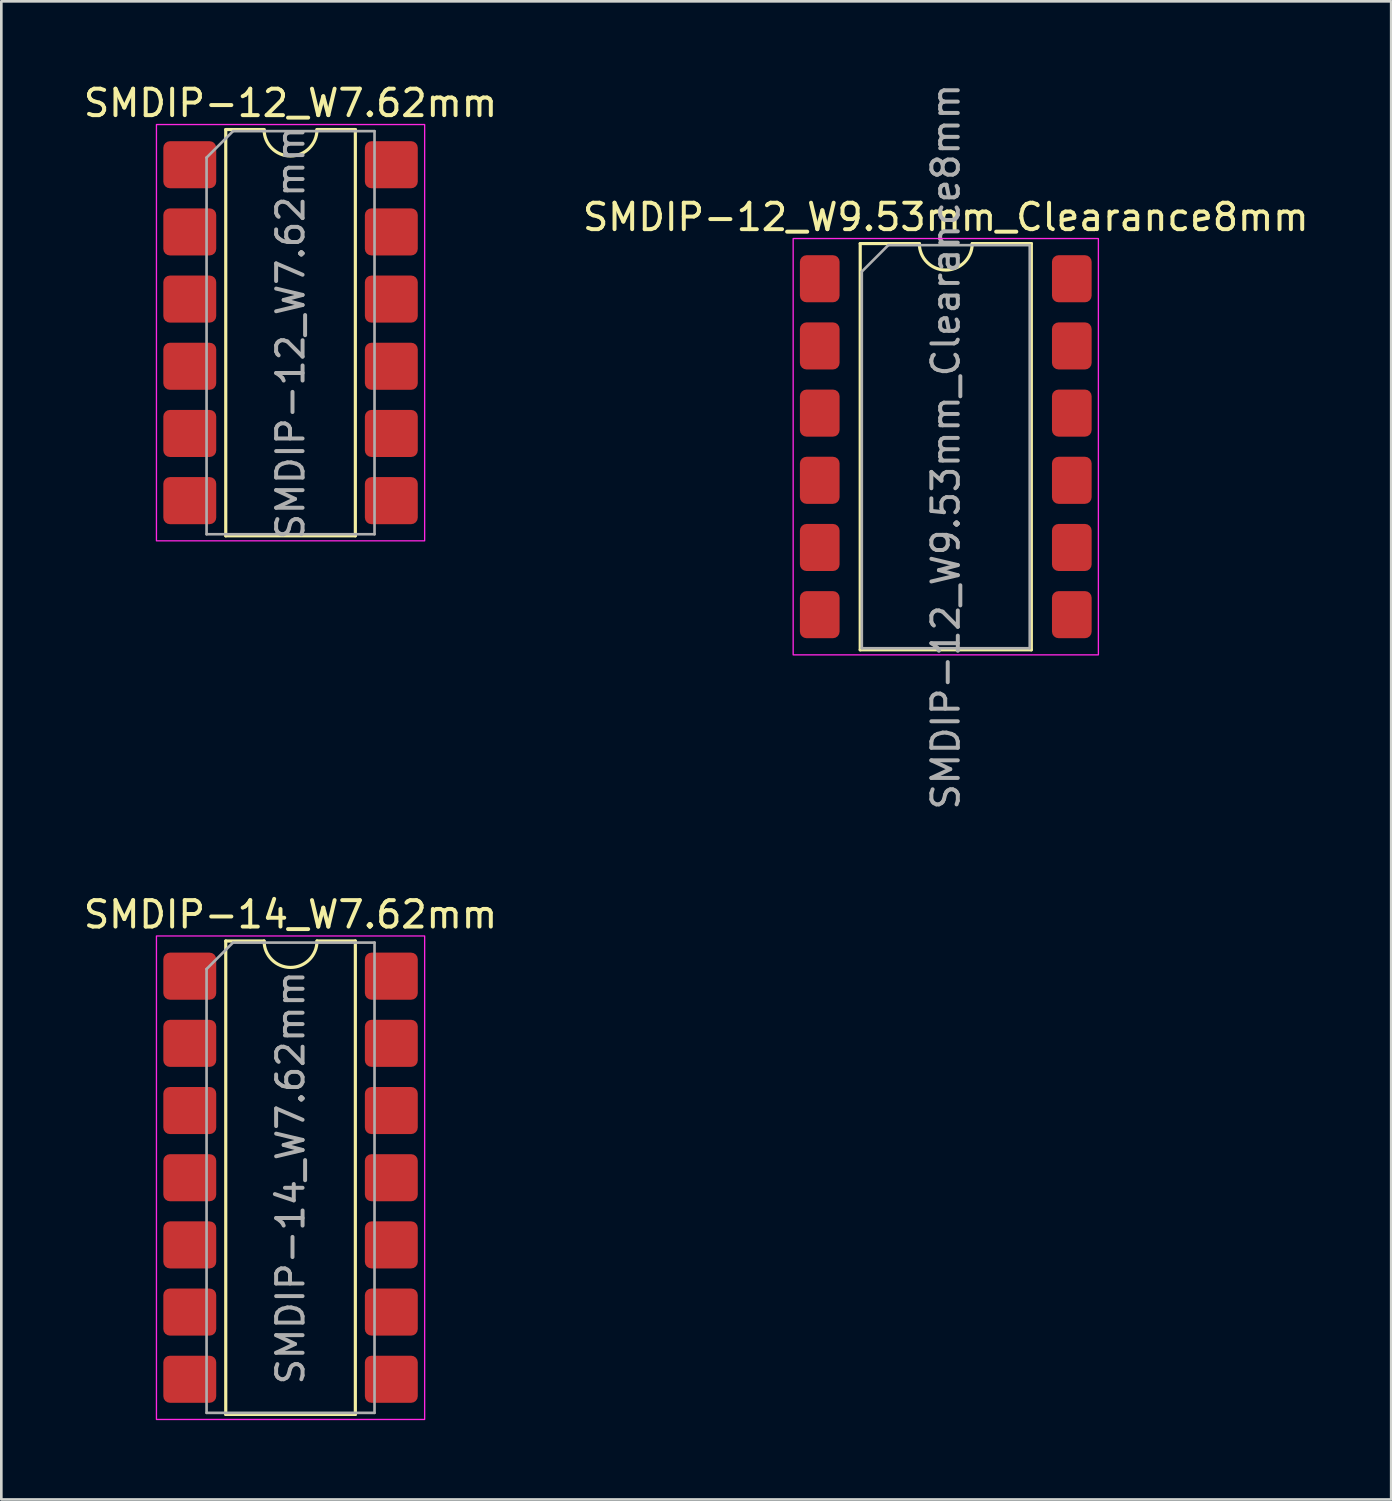
<source format=kicad_pcb>
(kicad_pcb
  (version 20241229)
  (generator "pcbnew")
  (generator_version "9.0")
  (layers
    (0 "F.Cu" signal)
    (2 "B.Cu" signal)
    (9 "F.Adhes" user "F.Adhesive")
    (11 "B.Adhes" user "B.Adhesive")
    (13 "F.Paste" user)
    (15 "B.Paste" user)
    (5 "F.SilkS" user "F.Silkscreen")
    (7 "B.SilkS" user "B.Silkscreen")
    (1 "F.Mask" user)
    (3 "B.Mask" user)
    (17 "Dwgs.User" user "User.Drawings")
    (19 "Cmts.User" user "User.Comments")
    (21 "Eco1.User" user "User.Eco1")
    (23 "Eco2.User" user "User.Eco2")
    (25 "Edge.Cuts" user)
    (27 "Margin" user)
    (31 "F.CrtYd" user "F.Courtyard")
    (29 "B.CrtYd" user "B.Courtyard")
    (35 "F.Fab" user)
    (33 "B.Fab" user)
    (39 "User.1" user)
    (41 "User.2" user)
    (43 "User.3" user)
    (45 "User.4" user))
  (footprint "SMDIP-12_W7.62mm"
    (layer "F.Cu")
    (at 7.935 9.528)
    (property "Reference" "SMDIP-12_W7.62mm" (at 0 -8.68 0) (layer "F.SilkS") (effects (font (size 1 1) (thickness 0.15))))
    (attr smd)
    (fp_line (start -2.45 -7.68) (end -2.45 7.68) (stroke (width 0.12) (type solid)) (layer "F.SilkS"))
    (fp_line (start -2.45 7.68) (end 2.45 7.68) (stroke (width 0.12) (type solid)) (layer "F.SilkS"))
    (fp_line (start -1 -7.68) (end -2.45 -7.68) (stroke (width 0.12) (type solid)) (layer "F.SilkS"))
    (fp_line (start 2.45 -7.68) (end 1 -7.68) (stroke (width 0.12) (type solid)) (layer "F.SilkS"))
    (fp_line (start 2.45 7.68) (end 2.45 -7.68) (stroke (width 0.12) (type solid)) (layer "F.SilkS"))
    (fp_arc (start 1 -7.68) (mid 0 -6.68) (end -1 -7.68) (stroke (width 0.12) (type solid)) (layer "F.SilkS"))
    (fp_rect (start -5.07 -7.87) (end 5.07 7.87) (stroke (width 0.05) (type solid)) (fill no) (layer "F.CrtYd"))
    (fp_line (start -3.175 -6.62) (end -2.175 -7.62) (stroke (width 0.1) (type solid)) (layer "F.Fab"))
    (fp_line (start -3.175 7.62) (end -3.175 -6.62) (stroke (width 0.1) (type solid)) (layer "F.Fab"))
    (fp_line (start -2.175 -7.62) (end 3.175 -7.62) (stroke (width 0.1) (type solid)) (layer "F.Fab"))
    (fp_line (start 3.175 -7.62) (end 3.175 7.62) (stroke (width 0.1) (type solid)) (layer "F.Fab"))
    (fp_line (start 3.175 7.62) (end -3.175 7.62) (stroke (width 0.1) (type solid)) (layer "F.Fab"))
    (fp_text user "${REFERENCE}" (at 0 0 90) (layer "F.Fab") (effects (font (size 1 1) (thickness 0.15))))
    (pad "1" smd roundrect (at -3.81 -6.35) (size 2 1.78) (layers "F.Cu" "F.Mask" "F.Paste") (roundrect_rratio 0.14))
    (pad "2" smd roundrect (at -3.81 -3.81) (size 2 1.78) (layers "F.Cu" "F.Mask" "F.Paste") (roundrect_rratio 0.14))
    (pad "3" smd roundrect (at -3.81 -1.27) (size 2 1.78) (layers "F.Cu" "F.Mask" "F.Paste") (roundrect_rratio 0.14))
    (pad "4" smd roundrect (at -3.81 1.27) (size 2 1.78) (layers "F.Cu" "F.Mask" "F.Paste") (roundrect_rratio 0.14))
    (pad "5" smd roundrect (at -3.81 3.81) (size 2 1.78) (layers "F.Cu" "F.Mask" "F.Paste") (roundrect_rratio 0.14))
    (pad "6" smd roundrect (at -3.81 6.35) (size 2 1.78) (layers "F.Cu" "F.Mask" "F.Paste") (roundrect_rratio 0.14))
    (pad "7" smd roundrect (at 3.81 6.35) (size 2 1.78) (layers "F.Cu" "F.Mask" "F.Paste") (roundrect_rratio 0.14))
    (pad "8" smd roundrect (at 3.81 3.81) (size 2 1.78) (layers "F.Cu" "F.Mask" "F.Paste") (roundrect_rratio 0.14))
    (pad "9" smd roundrect (at 3.81 1.27) (size 2 1.78) (layers "F.Cu" "F.Mask" "F.Paste") (roundrect_rratio 0.14))
    (pad "10" smd roundrect (at 3.81 -1.27) (size 2 1.78) (layers "F.Cu" "F.Mask" "F.Paste") (roundrect_rratio 0.14))
    (pad "11" smd roundrect (at 3.81 -3.81) (size 2 1.78) (layers "F.Cu" "F.Mask" "F.Paste") (roundrect_rratio 0.14))
    (pad "12" smd roundrect (at 3.81 -6.35) (size 2 1.78) (layers "F.Cu" "F.Mask" "F.Paste") (roundrect_rratio 0.14)))
  (footprint "SMDIP-12_W9.53mm_Clearance8mm"
    (layer "F.Cu")
    (at 32.708 13.839)
    (property "Reference" "SMDIP-12_W9.53mm_Clearance8mm" (at 0 -8.68 0) (layer "F.SilkS") (effects (font (size 1 1) (thickness 0.15))))
    (attr smd)
    (fp_line (start -3.235 -7.68) (end -3.235 7.68) (stroke (width 0.12) (type solid)) (layer "F.SilkS"))
    (fp_line (start -3.235 7.68) (end 3.235 7.68) (stroke (width 0.12) (type solid)) (layer "F.SilkS"))
    (fp_line (start -1 -7.68) (end -3.235 -7.68) (stroke (width 0.12) (type solid)) (layer "F.SilkS"))
    (fp_line (start 3.235 -7.68) (end 1 -7.68) (stroke (width 0.12) (type solid)) (layer "F.SilkS"))
    (fp_line (start 3.235 7.68) (end 3.235 -7.68) (stroke (width 0.12) (type solid)) (layer "F.SilkS"))
    (fp_arc (start 1 -7.68) (mid 0 -6.68) (end -1 -7.68) (stroke (width 0.12) (type solid)) (layer "F.SilkS"))
    (fp_rect (start -5.77 -7.87) (end 5.77 7.87) (stroke (width 0.05) (type solid)) (fill no) (layer "F.CrtYd"))
    (fp_line (start -3.175 -6.62) (end -2.175 -7.62) (stroke (width 0.1) (type solid)) (layer "F.Fab"))
    (fp_line (start -3.175 7.62) (end -3.175 -6.62) (stroke (width 0.1) (type solid)) (layer "F.Fab"))
    (fp_line (start -2.175 -7.62) (end 3.175 -7.62) (stroke (width 0.1) (type solid)) (layer "F.Fab"))
    (fp_line (start 3.175 -7.62) (end 3.175 7.62) (stroke (width 0.1) (type solid)) (layer "F.Fab"))
    (fp_line (start 3.175 7.62) (end -3.175 7.62) (stroke (width 0.1) (type solid)) (layer "F.Fab"))
    (fp_text user "${REFERENCE}" (at 0 0 90) (layer "F.Fab") (effects (font (size 1 1) (thickness 0.15))))
    (pad "1" smd roundrect (at -4.765 -6.35) (size 1.5 1.78) (layers "F.Cu" "F.Mask" "F.Paste") (roundrect_rratio 0.167))
    (pad "2" smd roundrect (at -4.765 -3.81) (size 1.5 1.78) (layers "F.Cu" "F.Mask" "F.Paste") (roundrect_rratio 0.167))
    (pad "3" smd roundrect (at -4.765 -1.27) (size 1.5 1.78) (layers "F.Cu" "F.Mask" "F.Paste") (roundrect_rratio 0.167))
    (pad "4" smd roundrect (at -4.765 1.27) (size 1.5 1.78) (layers "F.Cu" "F.Mask" "F.Paste") (roundrect_rratio 0.167))
    (pad "5" smd roundrect (at -4.765 3.81) (size 1.5 1.78) (layers "F.Cu" "F.Mask" "F.Paste") (roundrect_rratio 0.167))
    (pad "6" smd roundrect (at -4.765 6.35) (size 1.5 1.78) (layers "F.Cu" "F.Mask" "F.Paste") (roundrect_rratio 0.167))
    (pad "7" smd roundrect (at 4.765 6.35) (size 1.5 1.78) (layers "F.Cu" "F.Mask" "F.Paste") (roundrect_rratio 0.167))
    (pad "8" smd roundrect (at 4.765 3.81) (size 1.5 1.78) (layers "F.Cu" "F.Mask" "F.Paste") (roundrect_rratio 0.167))
    (pad "9" smd roundrect (at 4.765 1.27) (size 1.5 1.78) (layers "F.Cu" "F.Mask" "F.Paste") (roundrect_rratio 0.167))
    (pad "10" smd roundrect (at 4.765 -1.27) (size 1.5 1.78) (layers "F.Cu" "F.Mask" "F.Paste") (roundrect_rratio 0.167))
    (pad "11" smd roundrect (at 4.765 -3.81) (size 1.5 1.78) (layers "F.Cu" "F.Mask" "F.Paste") (roundrect_rratio 0.167))
    (pad "12" smd roundrect (at 4.765 -6.35) (size 1.5 1.78) (layers "F.Cu" "F.Mask" "F.Paste") (roundrect_rratio 0.167)))
  (footprint "SMDIP-14_W7.62mm"
    (layer "F.Cu")
    (at 7.935 41.477)
    (property "Reference" "SMDIP-14_W7.62mm" (at 0 -9.95 0) (layer "F.SilkS") (effects (font (size 1 1) (thickness 0.15))))
    (attr smd)
    (fp_line (start -2.45 -8.95) (end -2.45 8.95) (stroke (width 0.12) (type solid)) (layer "F.SilkS"))
    (fp_line (start -2.45 8.95) (end 2.45 8.95) (stroke (width 0.12) (type solid)) (layer "F.SilkS"))
    (fp_line (start -1 -8.95) (end -2.45 -8.95) (stroke (width 0.12) (type solid)) (layer "F.SilkS"))
    (fp_line (start 2.45 -8.95) (end 1 -8.95) (stroke (width 0.12) (type solid)) (layer "F.SilkS"))
    (fp_line (start 2.45 8.95) (end 2.45 -8.95) (stroke (width 0.12) (type solid)) (layer "F.SilkS"))
    (fp_arc (start 1 -8.95) (mid 0 -7.95) (end -1 -8.95) (stroke (width 0.12) (type solid)) (layer "F.SilkS"))
    (fp_rect (start -5.07 -9.14) (end 5.07 9.14) (stroke (width 0.05) (type solid)) (fill no) (layer "F.CrtYd"))
    (fp_line (start -3.175 -7.89) (end -2.175 -8.89) (stroke (width 0.1) (type solid)) (layer "F.Fab"))
    (fp_line (start -3.175 8.89) (end -3.175 -7.89) (stroke (width 0.1) (type solid)) (layer "F.Fab"))
    (fp_line (start -2.175 -8.89) (end 3.175 -8.89) (stroke (width 0.1) (type solid)) (layer "F.Fab"))
    (fp_line (start 3.175 -8.89) (end 3.175 8.89) (stroke (width 0.1) (type solid)) (layer "F.Fab"))
    (fp_line (start 3.175 8.89) (end -3.175 8.89) (stroke (width 0.1) (type solid)) (layer "F.Fab"))
    (fp_text user "${REFERENCE}" (at 0 0 90) (layer "F.Fab") (effects (font (size 1 1) (thickness 0.15))))
    (pad "1" smd roundrect (at -3.81 -7.62) (size 2 1.78) (layers "F.Cu" "F.Mask" "F.Paste") (roundrect_rratio 0.14))
    (pad "2" smd roundrect (at -3.81 -5.08) (size 2 1.78) (layers "F.Cu" "F.Mask" "F.Paste") (roundrect_rratio 0.14))
    (pad "3" smd roundrect (at -3.81 -2.54) (size 2 1.78) (layers "F.Cu" "F.Mask" "F.Paste") (roundrect_rratio 0.14))
    (pad "4" smd roundrect (at -3.81 0) (size 2 1.78) (layers "F.Cu" "F.Mask" "F.Paste") (roundrect_rratio 0.14))
    (pad "5" smd roundrect (at -3.81 2.54) (size 2 1.78) (layers "F.Cu" "F.Mask" "F.Paste") (roundrect_rratio 0.14))
    (pad "6" smd roundrect (at -3.81 5.08) (size 2 1.78) (layers "F.Cu" "F.Mask" "F.Paste") (roundrect_rratio 0.14))
    (pad "7" smd roundrect (at -3.81 7.62) (size 2 1.78) (layers "F.Cu" "F.Mask" "F.Paste") (roundrect_rratio 0.14))
    (pad "8" smd roundrect (at 3.81 7.62) (size 2 1.78) (layers "F.Cu" "F.Mask" "F.Paste") (roundrect_rratio 0.14))
    (pad "9" smd roundrect (at 3.81 5.08) (size 2 1.78) (layers "F.Cu" "F.Mask" "F.Paste") (roundrect_rratio 0.14))
    (pad "10" smd roundrect (at 3.81 2.54) (size 2 1.78) (layers "F.Cu" "F.Mask" "F.Paste") (roundrect_rratio 0.14))
    (pad "11" smd roundrect (at 3.81 0) (size 2 1.78) (layers "F.Cu" "F.Mask" "F.Paste") (roundrect_rratio 0.14))
    (pad "12" smd roundrect (at 3.81 -2.54) (size 2 1.78) (layers "F.Cu" "F.Mask" "F.Paste") (roundrect_rratio 0.14))
    (pad "13" smd roundrect (at 3.81 -5.08) (size 2 1.78) (layers "F.Cu" "F.Mask" "F.Paste") (roundrect_rratio 0.14))
    (pad "14" smd roundrect (at 3.81 -7.62) (size 2 1.78) (layers "F.Cu" "F.Mask" "F.Paste") (roundrect_rratio 0.14)))
  (gr_rect
    (start -3 -3)
    (end 49.548 53.642)
    (stroke (width 0.1) (type default))
    (fill no)
    (layer "Edge.Cuts")))
</source>
